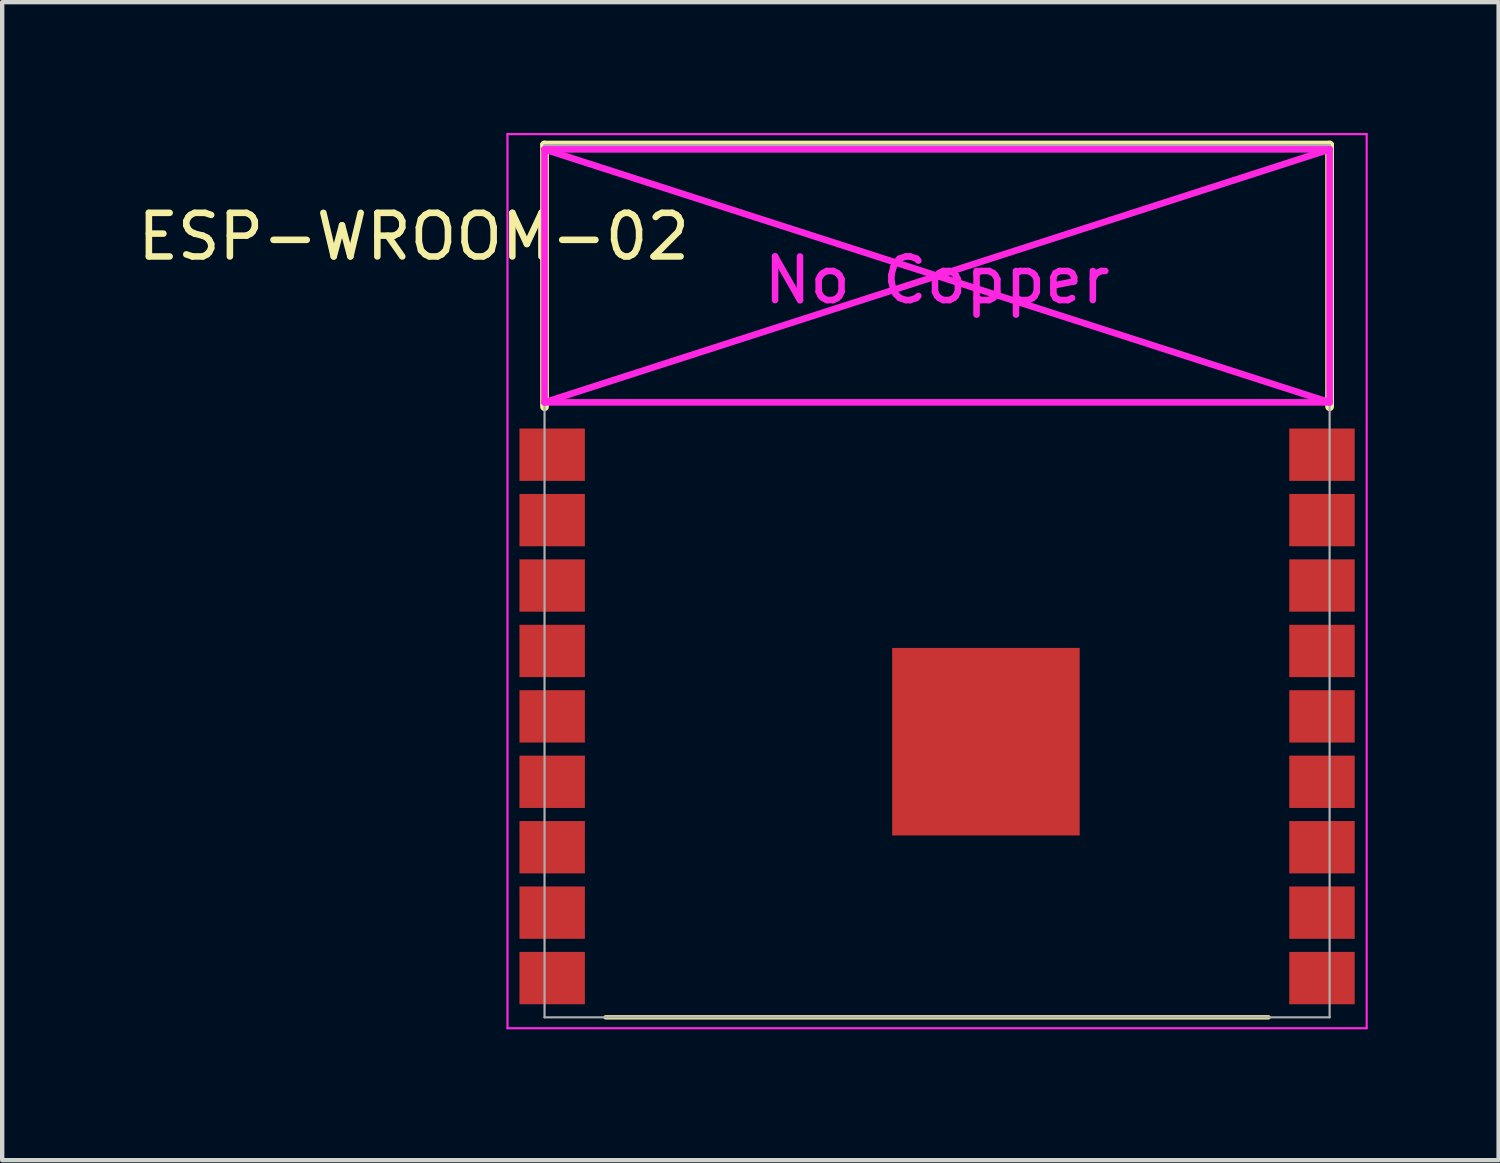
<source format=kicad_pcb>
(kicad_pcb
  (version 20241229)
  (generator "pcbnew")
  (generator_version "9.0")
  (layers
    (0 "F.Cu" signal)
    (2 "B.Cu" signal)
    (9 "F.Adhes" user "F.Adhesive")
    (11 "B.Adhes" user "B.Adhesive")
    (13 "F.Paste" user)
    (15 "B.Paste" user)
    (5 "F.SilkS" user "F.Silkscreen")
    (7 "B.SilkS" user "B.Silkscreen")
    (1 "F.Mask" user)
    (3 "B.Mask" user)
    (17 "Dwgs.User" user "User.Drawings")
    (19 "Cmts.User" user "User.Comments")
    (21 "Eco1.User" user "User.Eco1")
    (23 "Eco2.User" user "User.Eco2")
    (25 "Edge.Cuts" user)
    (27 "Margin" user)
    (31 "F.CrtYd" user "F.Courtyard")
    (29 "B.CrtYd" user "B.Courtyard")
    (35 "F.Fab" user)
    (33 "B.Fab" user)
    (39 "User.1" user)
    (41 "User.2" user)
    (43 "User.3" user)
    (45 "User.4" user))
  (footprint "ESP-WROOM-02"
    (layer "F.Cu")
    (at 18.435 10.275)
    (property "Reference" "ESP-WROOM-02" (at -12 -7.9 0) (layer "F.SilkS") (effects (font (size 1 1) (thickness 0.15))))
    (attr smd)
    (fp_line (start -9 -10) (end 9 -10) (stroke (width 0.2) (type solid)) (layer "F.SilkS"))
    (fp_line (start -9 -4) (end -9 -10) (stroke (width 0.2) (type solid)) (layer "F.SilkS"))
    (fp_line (start -7.6 10) (end 7.6 10) (stroke (width 0.1) (type solid)) (layer "F.SilkS"))
    (fp_line (start 9 -10) (end 9 -4) (stroke (width 0.2) (type solid)) (layer "F.SilkS"))
    (fp_line (start -9.85 -10.25) (end -9.85 10.25) (stroke (width 0.05) (type solid)) (layer "F.CrtYd"))
    (fp_line (start -9.85 -10.25) (end 9.85 -10.25) (stroke (width 0.05) (type solid)) (layer "F.CrtYd"))
    (fp_line (start -9 -9.9) (end -9 -4.1) (stroke (width 0.152) (type solid)) (layer "F.CrtYd"))
    (fp_line (start -9 -9.9) (end 9 -4.1) (stroke (width 0.152) (type solid)) (layer "F.CrtYd"))
    (fp_line (start -9 -4.1) (end 9 -4.1) (stroke (width 0.152) (type solid)) (layer "F.CrtYd"))
    (fp_line (start 9 -9.9) (end -9 -9.9) (stroke (width 0.152) (type solid)) (layer "F.CrtYd"))
    (fp_line (start 9 -9.9) (end -9 -4.1) (stroke (width 0.152) (type solid)) (layer "F.CrtYd"))
    (fp_line (start 9 -4.1) (end 9 -9.9) (stroke (width 0.152) (type solid)) (layer "F.CrtYd"))
    (fp_line (start 9.85 10.25) (end -9.85 10.25) (stroke (width 0.05) (type solid)) (layer "F.CrtYd"))
    (fp_line (start 9.85 10.25) (end 9.85 -10.25) (stroke (width 0.05) (type solid)) (layer "F.CrtYd"))
    (fp_line (start -9 -10) (end 9 -10) (stroke (width 0.05) (type solid)) (layer "F.Fab"))
    (fp_line (start -9 10) (end -9 -10) (stroke (width 0.05) (type solid)) (layer "F.Fab"))
    (fp_line (start -9 10) (end 9 10) (stroke (width 0.05) (type solid)) (layer "F.Fab"))
    (fp_line (start 9 -10) (end 9 10) (stroke (width 0.05) (type solid)) (layer "F.Fab"))
    (fp_text user "No Copper" (at 0 -6.9 0) (layer "F.CrtYd") (effects (font (size 1 1) (thickness 0.15))))
    (pad "1" smd rect (at -8.825 -2.9) (size 1.5 1.2) (layers "F.Cu" "F.Mask" "F.Paste"))
    (pad "2" smd rect (at -8.825 -1.4) (size 1.5 1.2) (layers "F.Cu" "F.Mask" "F.Paste"))
    (pad "3" smd rect (at -8.825 0.1) (size 1.5 1.2) (layers "F.Cu" "F.Mask" "F.Paste"))
    (pad "4" smd rect (at -8.825 1.6) (size 1.5 1.2) (layers "F.Cu" "F.Mask" "F.Paste"))
    (pad "5" smd rect (at -8.825 3.1) (size 1.5 1.2) (layers "F.Cu" "F.Mask" "F.Paste"))
    (pad "6" smd rect (at -8.825 4.6) (size 1.5 1.2) (layers "F.Cu" "F.Mask" "F.Paste"))
    (pad "7" smd rect (at -8.825 6.1) (size 1.5 1.2) (layers "F.Cu" "F.Mask" "F.Paste"))
    (pad "8" smd rect (at -8.825 7.6) (size 1.5 1.2) (layers "F.Cu" "F.Mask" "F.Paste"))
    (pad "9" smd rect (at -8.825 9.1) (size 1.5 1.2) (layers "F.Cu" "F.Mask" "F.Paste"))
    (pad "10" smd rect (at 8.825 9.1) (size 1.5 1.2) (layers "F.Cu" "F.Mask" "F.Paste"))
    (pad "11" smd rect (at 8.825 7.6) (size 1.5 1.2) (layers "F.Cu" "F.Mask" "F.Paste"))
    (pad "12" smd rect (at 8.825 6.1) (size 1.5 1.2) (layers "F.Cu" "F.Mask" "F.Paste"))
    (pad "13" smd rect (at 8.825 4.6) (size 1.5 1.2) (layers "F.Cu" "F.Mask" "F.Paste"))
    (pad "14" smd rect (at 8.825 3.1) (size 1.5 1.2) (layers "F.Cu" "F.Mask" "F.Paste"))
    (pad "15" smd rect (at 8.825 1.6) (size 1.5 1.2) (layers "F.Cu" "F.Mask" "F.Paste"))
    (pad "16" smd rect (at 8.825 0.1) (size 1.5 1.2) (layers "F.Cu" "F.Mask" "F.Paste"))
    (pad "17" smd rect (at 8.825 -1.4) (size 1.5 1.2) (layers "F.Cu" "F.Mask" "F.Paste"))
    (pad "18" smd rect (at 8.825 -2.9) (size 1.5 1.2) (layers "F.Cu" "F.Mask" "F.Paste"))
    (pad "PAD" smd rect (at 1.12 3.68) (size 4.3 4.3) (layers "F.Cu" "F.Mask" "F.Paste")))
  (gr_rect
    (start -3 -3)
    (end 31.31 23.55)
    (stroke (width 0.1) (type default))
    (fill no)
    (layer "Edge.Cuts")))
</source>
